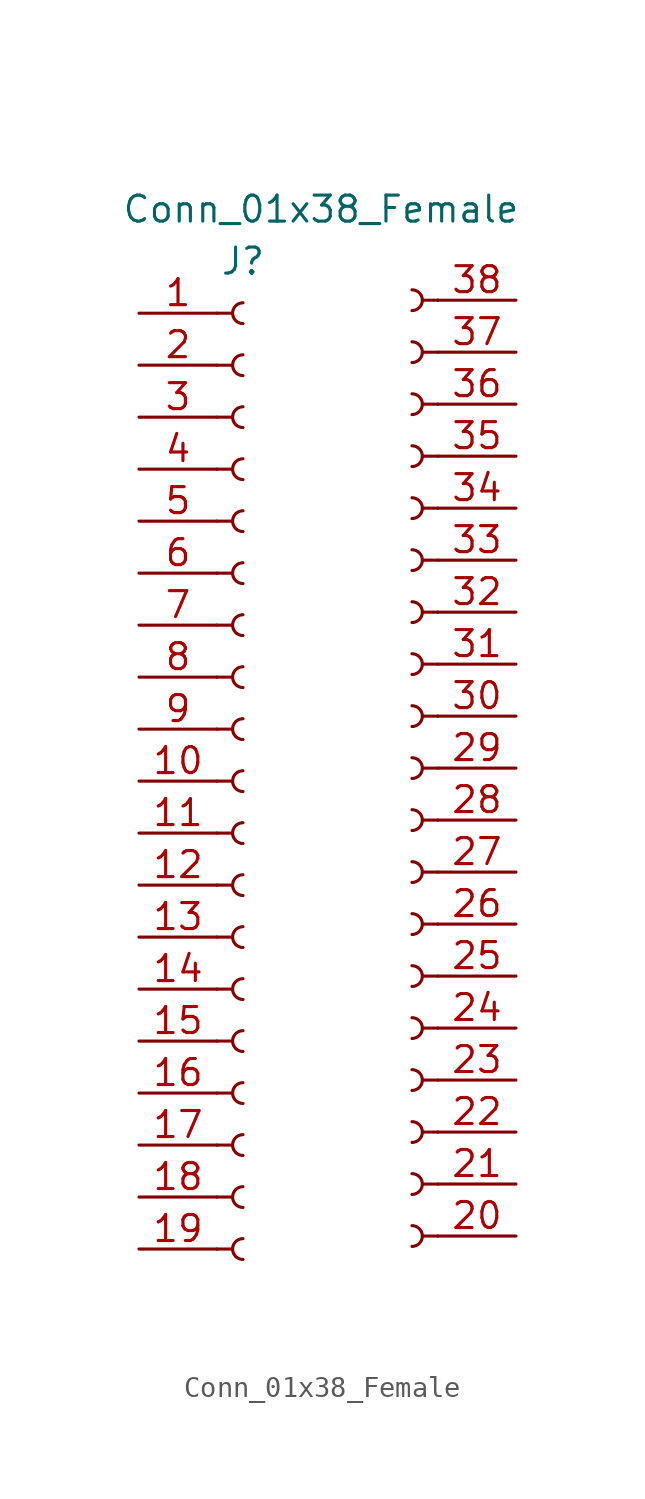
<source format=kicad_sym>
(kicad_symbol_lib
  (version 20211014)
  (generator kicad_symbol_editor)
  (symbol "Conn_01x38_Female"
    (pin_names
      (offset 1.016) hide)
    (property "Reference" "J"
      (at -2.54 48.26 0)
      (effects (font (size 1.27 1.27))))
    (property "Value" "Conn_01x38_Female"
      (at 1.27 50.8 0)
      (effects (font (size 1.27 1.27))))
    (symbol "Conn_01x38_Female_1_1"
      (arc (start -2.54 0.508) (mid -3.048 0) (end -2.54 -0.508) (stroke (width 0.1524) (type default) (color 0 0 0 0)) (fill (type none)))
      (arc (start -2.54 3.048) (mid -3.048 2.54) (end -2.54 2.032) (stroke (width 0.1524) (type default) (color 0 0 0 0)) (fill (type none)))
      (arc (start -2.54 5.588) (mid -3.048 5.08) (end -2.54 4.572) (stroke (width 0.1524) (type default) (color 0 0 0 0)) (fill (type none)))
      (arc (start -2.54 8.128) (mid -3.048 7.62) (end -2.54 7.112) (stroke (width 0.1524) (type default) (color 0 0 0 0)) (fill (type none)))
      (arc (start -2.54 10.668) (mid -3.048 10.16) (end -2.54 9.652) (stroke (width 0.1524) (type default) (color 0 0 0 0)) (fill (type none)))
      (arc (start -2.54 13.208) (mid -3.048 12.7) (end -2.54 12.192) (stroke (width 0.1524) (type default) (color 0 0 0 0)) (fill (type none)))
      (arc (start -2.54 15.748) (mid -3.048 15.24) (end -2.54 14.732) (stroke (width 0.1524) (type default) (color 0 0 0 0)) (fill (type none)))
      (arc (start -2.54 18.288) (mid -3.048 17.78) (end -2.54 17.272) (stroke (width 0.1524) (type default) (color 0 0 0 0)) (fill (type none)))
      (arc (start -2.54 20.828) (mid -3.048 20.32) (end -2.54 19.812) (stroke (width 0.1524) (type default) (color 0 0 0 0)) (fill (type none)))
      (arc (start -2.54 23.368) (mid -3.048 22.86) (end -2.54 22.352) (stroke (width 0.1524) (type default) (color 0 0 0 0)) (fill (type none)))
      (arc (start -2.54 25.908) (mid -3.048 25.4) (end -2.54 24.892) (stroke (width 0.1524) (type default) (color 0 0 0 0)) (fill (type none)))
      (arc (start -2.54 28.448) (mid -3.048 27.94) (end -2.54 27.432) (stroke (width 0.1524) (type default) (color 0 0 0 0)) (fill (type none)))
      (arc (start -2.54 30.988) (mid -3.048 30.48) (end -2.54 29.972) (stroke (width 0.1524) (type default) (color 0 0 0 0)) (fill (type none)))
      (arc (start -2.54 33.528) (mid -3.048 33.02) (end -2.54 32.512) (stroke (width 0.1524) (type default) (color 0 0 0 0)) (fill (type none)))
      (arc (start -2.54 36.068) (mid -3.048 35.56) (end -2.54 35.052) (stroke (width 0.1524) (type default) (color 0 0 0 0)) (fill (type none)))
      (arc (start -2.54 38.608) (mid -3.048 38.1) (end -2.54 37.592) (stroke (width 0.1524) (type default) (color 0 0 0 0)) (fill (type none)))
      (arc (start -2.54 41.148) (mid -3.048 40.64) (end -2.54 40.132) (stroke (width 0.1524) (type default) (color 0 0 0 0)) (fill (type none)))
      (arc (start -2.54 43.688) (mid -3.048 43.18) (end -2.54 42.672) (stroke (width 0.1524) (type default) (color 0 0 0 0)) (fill (type none)))
      (arc (start -2.54 46.228) (mid -3.048 45.72) (end -2.54 45.212) (stroke (width 0.1524) (type default) (color 0 0 0 0)) (fill (type none)))
      (polyline (pts (xy -3.81 0) (xy -3.048 0)) (stroke (width 0.152) (type default) (color 0 0 0 0)) (fill (type none)))
      (polyline (pts (xy -3.81 2.54) (xy -3.048 2.54)) (stroke (width 0.152) (type default) (color 0 0 0 0)) (fill (type none)))
      (polyline (pts (xy -3.81 5.08) (xy -3.048 5.08)) (stroke (width 0.152) (type default) (color 0 0 0 0)) (fill (type none)))
      (polyline (pts (xy -3.81 7.62) (xy -3.048 7.62)) (stroke (width 0.152) (type default) (color 0 0 0 0)) (fill (type none)))
      (polyline (pts (xy -3.81 10.16) (xy -3.048 10.16)) (stroke (width 0.152) (type default) (color 0 0 0 0)) (fill (type none)))
      (polyline (pts (xy -3.81 12.7) (xy -3.048 12.7)) (stroke (width 0.152) (type default) (color 0 0 0 0)) (fill (type none)))
      (polyline (pts (xy -3.81 15.24) (xy -3.048 15.24)) (stroke (width 0.152) (type default) (color 0 0 0 0)) (fill (type none)))
      (polyline (pts (xy -3.81 17.78) (xy -3.048 17.78)) (stroke (width 0.152) (type default) (color 0 0 0 0)) (fill (type none)))
      (polyline (pts (xy -3.81 20.32) (xy -3.048 20.32)) (stroke (width 0.152) (type default) (color 0 0 0 0)) (fill (type none)))
      (polyline (pts (xy -3.81 22.86) (xy -3.048 22.86)) (stroke (width 0.152) (type default) (color 0 0 0 0)) (fill (type none)))
      (polyline (pts (xy -3.81 25.4) (xy -3.048 25.4)) (stroke (width 0.152) (type default) (color 0 0 0 0)) (fill (type none)))
      (polyline (pts (xy -3.81 27.94) (xy -3.048 27.94)) (stroke (width 0.152) (type default) (color 0 0 0 0)) (fill (type none)))
      (polyline (pts (xy -3.81 30.48) (xy -3.048 30.48)) (stroke (width 0.152) (type default) (color 0 0 0 0)) (fill (type none)))
      (polyline (pts (xy -3.81 33.02) (xy -3.048 33.02)) (stroke (width 0.152) (type default) (color 0 0 0 0)) (fill (type none)))
      (polyline (pts (xy -3.81 35.56) (xy -3.048 35.56)) (stroke (width 0.152) (type default) (color 0 0 0 0)) (fill (type none)))
      (polyline (pts (xy -3.81 38.1) (xy -3.048 38.1)) (stroke (width 0.152) (type default) (color 0 0 0 0)) (fill (type none)))
      (polyline (pts (xy -3.81 40.64) (xy -3.048 40.64)) (stroke (width 0.152) (type default) (color 0 0 0 0)) (fill (type none)))
      (polyline (pts (xy -3.81 43.18) (xy -3.048 43.18)) (stroke (width 0.152) (type default) (color 0 0 0 0)) (fill (type none)))
      (polyline (pts (xy -3.81 45.72) (xy -3.048 45.72)) (stroke (width 0.152) (type default) (color 0 0 0 0)) (fill (type none)))
      (polyline (pts (xy 6.985 0.635) (xy 6.223 0.635)) (stroke (width 0.152) (type default) (color 0 0 0 0)) (fill (type none)))
      (polyline (pts (xy 6.985 3.175) (xy 6.223 3.175)) (stroke (width 0.152) (type default) (color 0 0 0 0)) (fill (type none)))
      (polyline (pts (xy 6.985 5.715) (xy 6.223 5.715)) (stroke (width 0.152) (type default) (color 0 0 0 0)) (fill (type none)))
      (polyline (pts (xy 6.985 8.255) (xy 6.223 8.255)) (stroke (width 0.152) (type default) (color 0 0 0 0)) (fill (type none)))
      (polyline (pts (xy 6.985 10.795) (xy 6.223 10.795)) (stroke (width 0.152) (type default) (color 0 0 0 0)) (fill (type none)))
      (polyline (pts (xy 6.985 13.335) (xy 6.223 13.335)) (stroke (width 0.152) (type default) (color 0 0 0 0)) (fill (type none)))
      (polyline (pts (xy 6.985 15.875) (xy 6.223 15.875)) (stroke (width 0.152) (type default) (color 0 0 0 0)) (fill (type none)))
      (polyline (pts (xy 6.985 18.415) (xy 6.223 18.415)) (stroke (width 0.152) (type default) (color 0 0 0 0)) (fill (type none)))
      (polyline (pts (xy 6.985 20.955) (xy 6.223 20.955)) (stroke (width 0.152) (type default) (color 0 0 0 0)) (fill (type none)))
      (polyline (pts (xy 6.985 23.495) (xy 6.223 23.495)) (stroke (width 0.152) (type default) (color 0 0 0 0)) (fill (type none)))
      (polyline (pts (xy 6.985 26.035) (xy 6.223 26.035)) (stroke (width 0.152) (type default) (color 0 0 0 0)) (fill (type none)))
      (polyline (pts (xy 6.985 28.575) (xy 6.223 28.575)) (stroke (width 0.152) (type default) (color 0 0 0 0)) (fill (type none)))
      (polyline (pts (xy 6.985 31.115) (xy 6.223 31.115)) (stroke (width 0.152) (type default) (color 0 0 0 0)) (fill (type none)))
      (polyline (pts (xy 6.985 33.655) (xy 6.223 33.655)) (stroke (width 0.152) (type default) (color 0 0 0 0)) (fill (type none)))
      (polyline (pts (xy 6.985 36.195) (xy 6.223 36.195)) (stroke (width 0.152) (type default) (color 0 0 0 0)) (fill (type none)))
      (polyline (pts (xy 6.985 38.735) (xy 6.223 38.735)) (stroke (width 0.152) (type default) (color 0 0 0 0)) (fill (type none)))
      (polyline (pts (xy 6.985 41.275) (xy 6.223 41.275)) (stroke (width 0.152) (type default) (color 0 0 0 0)) (fill (type none)))
      (polyline (pts (xy 6.985 43.815) (xy 6.223 43.815)) (stroke (width 0.152) (type default) (color 0 0 0 0)) (fill (type none)))
      (polyline (pts (xy 6.985 46.355) (xy 6.223 46.355)) (stroke (width 0.152) (type default) (color 0 0 0 0)) (fill (type none)))
      (arc (start 5.715 0.127) (mid 6.223 0.635) (end 5.715 1.143) (stroke (width 0.1524) (type default) (color 0 0 0 0)) (fill (type none)))
      (arc (start 5.715 2.667) (mid 6.223 3.175) (end 5.715 3.683) (stroke (width 0.1524) (type default) (color 0 0 0 0)) (fill (type none)))
      (arc (start 5.715 5.207) (mid 6.223 5.715) (end 5.715 6.223) (stroke (width 0.1524) (type default) (color 0 0 0 0)) (fill (type none)))
      (arc (start 5.715 7.747) (mid 6.223 8.255) (end 5.715 8.763) (stroke (width 0.1524) (type default) (color 0 0 0 0)) (fill (type none)))
      (arc (start 5.715 10.287) (mid 6.223 10.795) (end 5.715 11.303) (stroke (width 0.1524) (type default) (color 0 0 0 0)) (fill (type none)))
      (arc (start 5.715 12.827) (mid 6.223 13.335) (end 5.715 13.843) (stroke (width 0.1524) (type default) (color 0 0 0 0)) (fill (type none)))
      (arc (start 5.715 15.367) (mid 6.223 15.875) (end 5.715 16.383) (stroke (width 0.1524) (type default) (color 0 0 0 0)) (fill (type none)))
      (arc (start 5.715 17.907) (mid 6.223 18.415) (end 5.715 18.923) (stroke (width 0.1524) (type default) (color 0 0 0 0)) (fill (type none)))
      (arc (start 5.715 20.447) (mid 6.223 20.955) (end 5.715 21.463) (stroke (width 0.1524) (type default) (color 0 0 0 0)) (fill (type none)))
      (arc (start 5.715 22.987) (mid 6.223 23.495) (end 5.715 24.003) (stroke (width 0.1524) (type default) (color 0 0 0 0)) (fill (type none)))
      (arc (start 5.715 25.527) (mid 6.223 26.035) (end 5.715 26.543) (stroke (width 0.1524) (type default) (color 0 0 0 0)) (fill (type none)))
      (arc (start 5.715 28.067) (mid 6.223 28.575) (end 5.715 29.083) (stroke (width 0.1524) (type default) (color 0 0 0 0)) (fill (type none)))
      (arc (start 5.715 30.607) (mid 6.223 31.115) (end 5.715 31.623) (stroke (width 0.1524) (type default) (color 0 0 0 0)) (fill (type none)))
      (arc (start 5.715 33.147) (mid 6.223 33.655) (end 5.715 34.163) (stroke (width 0.1524) (type default) (color 0 0 0 0)) (fill (type none)))
      (arc (start 5.715 35.687) (mid 6.223 36.195) (end 5.715 36.703) (stroke (width 0.1524) (type default) (color 0 0 0 0)) (fill (type none)))
      (arc (start 5.715 38.227) (mid 6.223 38.735) (end 5.715 39.243) (stroke (width 0.1524) (type default) (color 0 0 0 0)) (fill (type none)))
      (arc (start 5.715 40.767) (mid 6.223 41.275) (end 5.715 41.783) (stroke (width 0.1524) (type default) (color 0 0 0 0)) (fill (type none)))
      (arc (start 5.715 43.307) (mid 6.223 43.815) (end 5.715 44.323) (stroke (width 0.1524) (type default) (color 0 0 0 0)) (fill (type none)))
      (arc (start 5.715 45.847) (mid 6.223 46.355) (end 5.715 46.863) (stroke (width 0.1524) (type default) (color 0 0 0 0)) (fill (type none)))
      (pin passive line (at -7.62 45.72 0) (length 3.81) (name "Pin_1" (effects (font (size 1.27 1.27)))) (number "1" (effects (font (size 1.27 1.27)))))
      (pin passive line (at -7.62 22.86 0) (length 3.81) (name "Pin_10" (effects (font (size 1.27 1.27)))) (number "10" (effects (font (size 1.27 1.27)))))
      (pin passive line (at -7.62 20.32 0) (length 3.81) (name "Pin_11" (effects (font (size 1.27 1.27)))) (number "11" (effects (font (size 1.27 1.27)))))
      (pin passive line (at -7.62 17.78 0) (length 3.81) (name "Pin_12" (effects (font (size 1.27 1.27)))) (number "12" (effects (font (size 1.27 1.27)))))
      (pin passive line (at -7.62 15.24 0) (length 3.81) (name "Pin_13" (effects (font (size 1.27 1.27)))) (number "13" (effects (font (size 1.27 1.27)))))
      (pin passive line (at -7.62 12.7 0) (length 3.81) (name "Pin_14" (effects (font (size 1.27 1.27)))) (number "14" (effects (font (size 1.27 1.27)))))
      (pin passive line (at -7.62 10.16 0) (length 3.81) (name "Pin_15" (effects (font (size 1.27 1.27)))) (number "15" (effects (font (size 1.27 1.27)))))
      (pin passive line (at -7.62 7.62 0) (length 3.81) (name "Pin_16" (effects (font (size 1.27 1.27)))) (number "16" (effects (font (size 1.27 1.27)))))
      (pin passive line (at -7.62 5.08 0) (length 3.81) (name "Pin_17" (effects (font (size 1.27 1.27)))) (number "17" (effects (font (size 1.27 1.27)))))
      (pin passive line (at -7.62 2.54 0) (length 3.81) (name "Pin_18" (effects (font (size 1.27 1.27)))) (number "18" (effects (font (size 1.27 1.27)))))
      (pin passive line (at -7.62 0 0) (length 3.81) (name "Pin_19" (effects (font (size 1.27 1.27)))) (number "19" (effects (font (size 1.27 1.27)))))
      (pin passive line (at -7.62 43.18 0) (length 3.81) (name "Pin_2" (effects (font (size 1.27 1.27)))) (number "2" (effects (font (size 1.27 1.27)))))
      (pin passive line (at 10.795 0.635 180) (length 3.81) (name "Pin_20" (effects (font (size 1.27 1.27)))) (number "20" (effects (font (size 1.27 1.27)))))
      (pin passive line (at 10.795 3.175 180) (length 3.81) (name "Pin_21" (effects (font (size 1.27 1.27)))) (number "21" (effects (font (size 1.27 1.27)))))
      (pin passive line (at 10.795 5.715 180) (length 3.81) (name "Pin_22" (effects (font (size 1.27 1.27)))) (number "22" (effects (font (size 1.27 1.27)))))
      (pin passive line (at 10.795 8.255 180) (length 3.81) (name "Pin_23" (effects (font (size 1.27 1.27)))) (number "23" (effects (font (size 1.27 1.27)))))
      (pin passive line (at 10.795 10.795 180) (length 3.81) (name "Pin_24" (effects (font (size 1.27 1.27)))) (number "24" (effects (font (size 1.27 1.27)))))
      (pin passive line (at 10.795 13.335 180) (length 3.81) (name "Pin_25" (effects (font (size 1.27 1.27)))) (number "25" (effects (font (size 1.27 1.27)))))
      (pin passive line (at 10.795 15.875 180) (length 3.81) (name "Pin_26" (effects (font (size 1.27 1.27)))) (number "26" (effects (font (size 1.27 1.27)))))
      (pin passive line (at 10.795 18.415 180) (length 3.81) (name "Pin_27" (effects (font (size 1.27 1.27)))) (number "27" (effects (font (size 1.27 1.27)))))
      (pin passive line (at 10.795 20.955 180) (length 3.81) (name "Pin_28" (effects (font (size 1.27 1.27)))) (number "28" (effects (font (size 1.27 1.27)))))
      (pin passive line (at 10.795 23.495 180) (length 3.81) (name "Pin_29" (effects (font (size 1.27 1.27)))) (number "29" (effects (font (size 1.27 1.27)))))
      (pin passive line (at -7.62 40.64 0) (length 3.81) (name "Pin_3" (effects (font (size 1.27 1.27)))) (number "3" (effects (font (size 1.27 1.27)))))
      (pin passive line (at 10.795 26.035 180) (length 3.81) (name "Pin_30" (effects (font (size 1.27 1.27)))) (number "30" (effects (font (size 1.27 1.27)))))
      (pin passive line (at 10.795 28.575 180) (length 3.81) (name "Pin_31" (effects (font (size 1.27 1.27)))) (number "31" (effects (font (size 1.27 1.27)))))
      (pin passive line (at 10.795 31.115 180) (length 3.81) (name "Pin_32" (effects (font (size 1.27 1.27)))) (number "32" (effects (font (size 1.27 1.27)))))
      (pin passive line (at 10.795 33.655 180) (length 3.81) (name "Pin_33" (effects (font (size 1.27 1.27)))) (number "33" (effects (font (size 1.27 1.27)))))
      (pin passive line (at 10.795 36.195 180) (length 3.81) (name "Pin_34" (effects (font (size 1.27 1.27)))) (number "34" (effects (font (size 1.27 1.27)))))
      (pin passive line (at 10.795 38.735 180) (length 3.81) (name "Pin_35" (effects (font (size 1.27 1.27)))) (number "35" (effects (font (size 1.27 1.27)))))
      (pin passive line (at 10.795 41.275 180) (length 3.81) (name "Pin_36" (effects (font (size 1.27 1.27)))) (number "36" (effects (font (size 1.27 1.27)))))
      (pin passive line (at 10.795 43.815 180) (length 3.81) (name "Pin_37" (effects (font (size 1.27 1.27)))) (number "37" (effects (font (size 1.27 1.27)))))
      (pin passive line (at 10.795 46.355 180) (length 3.81) (name "Pin_38" (effects (font (size 1.27 1.27)))) (number "38" (effects (font (size 1.27 1.27)))))
      (pin passive line (at -7.62 38.1 0) (length 3.81) (name "Pin_4" (effects (font (size 1.27 1.27)))) (number "4" (effects (font (size 1.27 1.27)))))
      (pin passive line (at -7.62 35.56 0) (length 3.81) (name "Pin_5" (effects (font (size 1.27 1.27)))) (number "5" (effects (font (size 1.27 1.27)))))
      (pin passive line (at -7.62 33.02 0) (length 3.81) (name "Pin_6" (effects (font (size 1.27 1.27)))) (number "6" (effects (font (size 1.27 1.27)))))
      (pin passive line (at -7.62 30.48 0) (length 3.81) (name "Pin_7" (effects (font (size 1.27 1.27)))) (number "7" (effects (font (size 1.27 1.27)))))
      (pin passive line (at -7.62 27.94 0) (length 3.81) (name "Pin_8" (effects (font (size 1.27 1.27)))) (number "8" (effects (font (size 1.27 1.27)))))
      (pin passive line (at -7.62 25.4 0) (length 3.81) (name "Pin_9" (effects (font (size 1.27 1.27)))) (number "9" (effects (font (size 1.27 1.27))))))))
</source>
